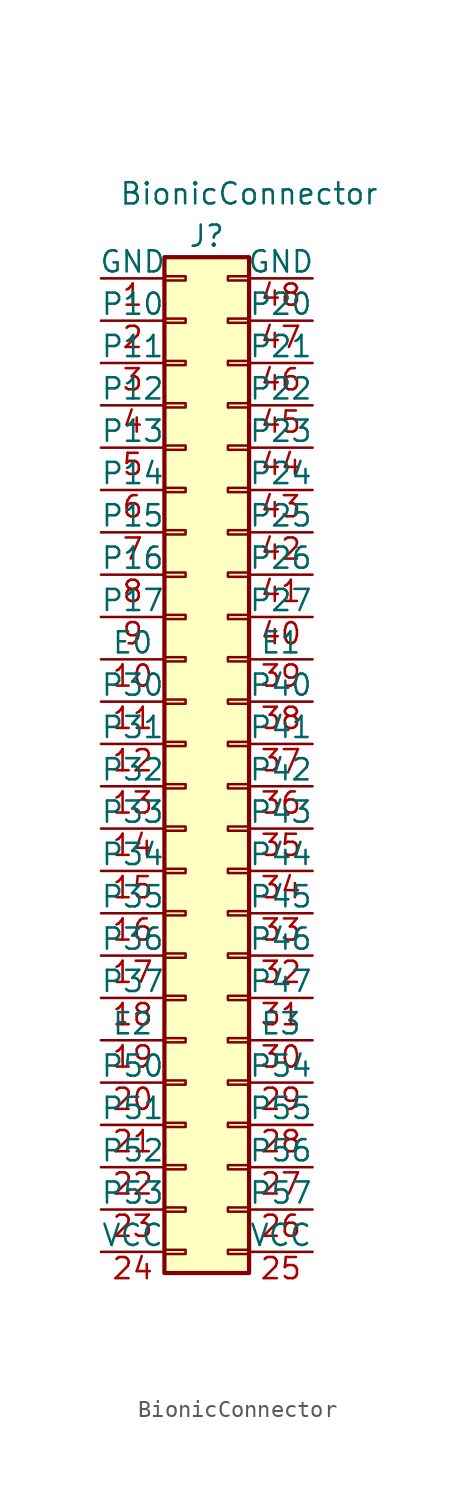
<source format=kicad_sym>
(kicad_symbol_lib
  (version 20211014)
  (generator kicad_symbol_editor)
  (symbol "BionicConnector"
    (pin_names
      (offset 0))
    (property "Reference" "J"
      (at 1.27 30.48 0)
      (effects (font (size 1.27 1.27))))
    (property "Value" "BionicConnector"
      (at 3.81 33.02 0)
      (effects (font (size 1.27 1.27))))
    (symbol "BionicConnector_1_1"
      (rectangle (start -1.27 -30.353) (end 0 -30.607) (stroke (width 0.152) (type default) (color 0 0 0 0)) (fill (type none)))
      (rectangle (start -1.27 -27.813) (end 0 -28.067) (stroke (width 0.152) (type default) (color 0 0 0 0)) (fill (type none)))
      (rectangle (start -1.27 -25.273) (end 0 -25.527) (stroke (width 0.152) (type default) (color 0 0 0 0)) (fill (type none)))
      (rectangle (start -1.27 -22.733) (end 0 -22.987) (stroke (width 0.152) (type default) (color 0 0 0 0)) (fill (type none)))
      (rectangle (start -1.27 -20.193) (end 0 -20.447) (stroke (width 0.152) (type default) (color 0 0 0 0)) (fill (type none)))
      (rectangle (start -1.27 -17.653) (end 0 -17.907) (stroke (width 0.152) (type default) (color 0 0 0 0)) (fill (type none)))
      (rectangle (start -1.27 -15.113) (end 0 -15.367) (stroke (width 0.152) (type default) (color 0 0 0 0)) (fill (type none)))
      (rectangle (start -1.27 -12.573) (end 0 -12.827) (stroke (width 0.152) (type default) (color 0 0 0 0)) (fill (type none)))
      (rectangle (start -1.27 -10.033) (end 0 -10.287) (stroke (width 0.152) (type default) (color 0 0 0 0)) (fill (type none)))
      (rectangle (start -1.27 -7.493) (end 0 -7.747) (stroke (width 0.152) (type default) (color 0 0 0 0)) (fill (type none)))
      (rectangle (start -1.27 -4.953) (end 0 -5.207) (stroke (width 0.152) (type default) (color 0 0 0 0)) (fill (type none)))
      (rectangle (start -1.27 -2.413) (end 0 -2.667) (stroke (width 0.152) (type default) (color 0 0 0 0)) (fill (type none)))
      (rectangle (start -1.27 0.127) (end 0 -0.127) (stroke (width 0.152) (type default) (color 0 0 0 0)) (fill (type none)))
      (rectangle (start -1.27 2.667) (end 0 2.413) (stroke (width 0.152) (type default) (color 0 0 0 0)) (fill (type none)))
      (rectangle (start -1.27 5.207) (end 0 4.953) (stroke (width 0.152) (type default) (color 0 0 0 0)) (fill (type none)))
      (rectangle (start -1.27 7.747) (end 0 7.493) (stroke (width 0.152) (type default) (color 0 0 0 0)) (fill (type none)))
      (rectangle (start -1.27 10.287) (end 0 10.033) (stroke (width 0.152) (type default) (color 0 0 0 0)) (fill (type none)))
      (rectangle (start -1.27 12.827) (end 0 12.573) (stroke (width 0.152) (type default) (color 0 0 0 0)) (fill (type none)))
      (rectangle (start -1.27 15.367) (end 0 15.113) (stroke (width 0.152) (type default) (color 0 0 0 0)) (fill (type none)))
      (rectangle (start -1.27 17.907) (end 0 17.653) (stroke (width 0.152) (type default) (color 0 0 0 0)) (fill (type none)))
      (rectangle (start -1.27 20.447) (end 0 20.193) (stroke (width 0.152) (type default) (color 0 0 0 0)) (fill (type none)))
      (rectangle (start -1.27 22.987) (end 0 22.733) (stroke (width 0.152) (type default) (color 0 0 0 0)) (fill (type none)))
      (rectangle (start -1.27 25.527) (end 0 25.273) (stroke (width 0.152) (type default) (color 0 0 0 0)) (fill (type none)))
      (rectangle (start -1.27 28.067) (end 0 27.813) (stroke (width 0.152) (type default) (color 0 0 0 0)) (fill (type none)))
      (rectangle (start -1.27 29.21) (end 3.81 -31.75) (stroke (width 0.254) (type default) (color 0 0 0 0)) (fill (type background)))
      (rectangle (start 3.81 -30.353) (end 2.54 -30.607) (stroke (width 0.152) (type default) (color 0 0 0 0)) (fill (type none)))
      (rectangle (start 3.81 -27.813) (end 2.54 -28.067) (stroke (width 0.152) (type default) (color 0 0 0 0)) (fill (type none)))
      (rectangle (start 3.81 -25.273) (end 2.54 -25.527) (stroke (width 0.152) (type default) (color 0 0 0 0)) (fill (type none)))
      (rectangle (start 3.81 -22.733) (end 2.54 -22.987) (stroke (width 0.152) (type default) (color 0 0 0 0)) (fill (type none)))
      (rectangle (start 3.81 -20.193) (end 2.54 -20.447) (stroke (width 0.152) (type default) (color 0 0 0 0)) (fill (type none)))
      (rectangle (start 3.81 -17.653) (end 2.54 -17.907) (stroke (width 0.152) (type default) (color 0 0 0 0)) (fill (type none)))
      (rectangle (start 3.81 -15.113) (end 2.54 -15.367) (stroke (width 0.152) (type default) (color 0 0 0 0)) (fill (type none)))
      (rectangle (start 3.81 -12.573) (end 2.54 -12.827) (stroke (width 0.152) (type default) (color 0 0 0 0)) (fill (type none)))
      (rectangle (start 3.81 -10.033) (end 2.54 -10.287) (stroke (width 0.152) (type default) (color 0 0 0 0)) (fill (type none)))
      (rectangle (start 3.81 -7.493) (end 2.54 -7.747) (stroke (width 0.152) (type default) (color 0 0 0 0)) (fill (type none)))
      (rectangle (start 3.81 -4.953) (end 2.54 -5.207) (stroke (width 0.152) (type default) (color 0 0 0 0)) (fill (type none)))
      (rectangle (start 3.81 -2.413) (end 2.54 -2.667) (stroke (width 0.152) (type default) (color 0 0 0 0)) (fill (type none)))
      (rectangle (start 3.81 0.127) (end 2.54 -0.127) (stroke (width 0.152) (type default) (color 0 0 0 0)) (fill (type none)))
      (rectangle (start 3.81 2.667) (end 2.54 2.413) (stroke (width 0.152) (type default) (color 0 0 0 0)) (fill (type none)))
      (rectangle (start 3.81 5.207) (end 2.54 4.953) (stroke (width 0.152) (type default) (color 0 0 0 0)) (fill (type none)))
      (rectangle (start 3.81 7.747) (end 2.54 7.493) (stroke (width 0.152) (type default) (color 0 0 0 0)) (fill (type none)))
      (rectangle (start 3.81 10.287) (end 2.54 10.033) (stroke (width 0.152) (type default) (color 0 0 0 0)) (fill (type none)))
      (rectangle (start 3.81 12.827) (end 2.54 12.573) (stroke (width 0.152) (type default) (color 0 0 0 0)) (fill (type none)))
      (rectangle (start 3.81 15.367) (end 2.54 15.113) (stroke (width 0.152) (type default) (color 0 0 0 0)) (fill (type none)))
      (rectangle (start 3.81 17.907) (end 2.54 17.653) (stroke (width 0.152) (type default) (color 0 0 0 0)) (fill (type none)))
      (rectangle (start 3.81 20.447) (end 2.54 20.193) (stroke (width 0.152) (type default) (color 0 0 0 0)) (fill (type none)))
      (rectangle (start 3.81 22.987) (end 2.54 22.733) (stroke (width 0.152) (type default) (color 0 0 0 0)) (fill (type none)))
      (rectangle (start 3.81 25.527) (end 2.54 25.273) (stroke (width 0.152) (type default) (color 0 0 0 0)) (fill (type none)))
      (rectangle (start 3.81 28.067) (end 2.54 27.813) (stroke (width 0.152) (type default) (color 0 0 0 0)) (fill (type none)))
      (pin power_out line (at -5.08 27.94 0) (length 3.81) (name "GND" (effects (font (size 1.27 1.27)))) (number "1" (effects (font (size 1.27 1.27)))))
      (pin bidirectional line (at -5.08 5.08 0) (length 3.81) (name "E0" (effects (font (size 1.27 1.27)))) (number "10" (effects (font (size 1.27 1.27)))))
      (pin bidirectional line (at -5.08 2.54 0) (length 3.81) (name "P30" (effects (font (size 1.27 1.27)))) (number "11" (effects (font (size 1.27 1.27)))))
      (pin bidirectional line (at -5.08 0 0) (length 3.81) (name "P31" (effects (font (size 1.27 1.27)))) (number "12" (effects (font (size 1.27 1.27)))))
      (pin bidirectional line (at -5.08 -2.54 0) (length 3.81) (name "P32" (effects (font (size 1.27 1.27)))) (number "13" (effects (font (size 1.27 1.27)))))
      (pin bidirectional line (at -5.08 -5.08 0) (length 3.81) (name "P33" (effects (font (size 1.27 1.27)))) (number "14" (effects (font (size 1.27 1.27)))))
      (pin bidirectional line (at -5.08 -7.62 0) (length 3.81) (name "P34" (effects (font (size 1.27 1.27)))) (number "15" (effects (font (size 1.27 1.27)))))
      (pin bidirectional line (at -5.08 -10.16 0) (length 3.81) (name "P35" (effects (font (size 1.27 1.27)))) (number "16" (effects (font (size 1.27 1.27)))))
      (pin bidirectional line (at -5.08 -12.7 0) (length 3.81) (name "P36" (effects (font (size 1.27 1.27)))) (number "17" (effects (font (size 1.27 1.27)))))
      (pin bidirectional line (at -5.08 -15.24 0) (length 3.81) (name "P37" (effects (font (size 1.27 1.27)))) (number "18" (effects (font (size 1.27 1.27)))))
      (pin bidirectional line (at -5.08 -17.78 0) (length 3.81) (name "E2" (effects (font (size 1.27 1.27)))) (number "19" (effects (font (size 1.27 1.27)))))
      (pin bidirectional line (at -5.08 25.4 0) (length 3.81) (name "P10" (effects (font (size 1.27 1.27)))) (number "2" (effects (font (size 1.27 1.27)))))
      (pin bidirectional line (at -5.08 -20.32 0) (length 3.81) (name "P50" (effects (font (size 1.27 1.27)))) (number "20" (effects (font (size 1.27 1.27)))))
      (pin bidirectional line (at -5.08 -22.86 0) (length 3.81) (name "P51" (effects (font (size 1.27 1.27)))) (number "21" (effects (font (size 1.27 1.27)))))
      (pin bidirectional line (at -5.08 -25.4 0) (length 3.81) (name "P52" (effects (font (size 1.27 1.27)))) (number "22" (effects (font (size 1.27 1.27)))))
      (pin bidirectional line (at -5.08 -27.94 0) (length 3.81) (name "P53" (effects (font (size 1.27 1.27)))) (number "23" (effects (font (size 1.27 1.27)))))
      (pin power_out line (at -5.08 -30.48 0) (length 3.81) (name "VCC" (effects (font (size 1.27 1.27)))) (number "24" (effects (font (size 1.27 1.27)))))
      (pin power_in line (at 7.62 -30.48 180) (length 3.81) (name "VCC" (effects (font (size 1.27 1.27)))) (number "25" (effects (font (size 1.27 1.27)))))
      (pin bidirectional line (at 7.62 -27.94 180) (length 3.81) (name "P57" (effects (font (size 1.27 1.27)))) (number "26" (effects (font (size 1.27 1.27)))))
      (pin bidirectional line (at 7.62 -25.4 180) (length 3.81) (name "P56" (effects (font (size 1.27 1.27)))) (number "27" (effects (font (size 1.27 1.27)))))
      (pin bidirectional line (at 7.62 -22.86 180) (length 3.81) (name "P55" (effects (font (size 1.27 1.27)))) (number "28" (effects (font (size 1.27 1.27)))))
      (pin bidirectional line (at 7.62 -20.32 180) (length 3.81) (name "P54" (effects (font (size 1.27 1.27)))) (number "29" (effects (font (size 1.27 1.27)))))
      (pin bidirectional line (at -5.08 22.86 0) (length 3.81) (name "P11" (effects (font (size 1.27 1.27)))) (number "3" (effects (font (size 1.27 1.27)))))
      (pin bidirectional line (at 7.62 -17.78 180) (length 3.81) (name "E3" (effects (font (size 1.27 1.27)))) (number "30" (effects (font (size 1.27 1.27)))))
      (pin bidirectional line (at 7.62 -15.24 180) (length 3.81) (name "P47" (effects (font (size 1.27 1.27)))) (number "31" (effects (font (size 1.27 1.27)))))
      (pin bidirectional line (at 7.62 -12.7 180) (length 3.81) (name "P46" (effects (font (size 1.27 1.27)))) (number "32" (effects (font (size 1.27 1.27)))))
      (pin bidirectional line (at 7.62 -10.16 180) (length 3.81) (name "P45" (effects (font (size 1.27 1.27)))) (number "33" (effects (font (size 1.27 1.27)))))
      (pin bidirectional line (at 7.62 -7.62 180) (length 3.81) (name "P44" (effects (font (size 1.27 1.27)))) (number "34" (effects (font (size 1.27 1.27)))))
      (pin bidirectional line (at 7.62 -5.08 180) (length 3.81) (name "P43" (effects (font (size 1.27 1.27)))) (number "35" (effects (font (size 1.27 1.27)))))
      (pin bidirectional line (at 7.62 -2.54 180) (length 3.81) (name "P42" (effects (font (size 1.27 1.27)))) (number "36" (effects (font (size 1.27 1.27)))))
      (pin bidirectional line (at 7.62 0 180) (length 3.81) (name "P41" (effects (font (size 1.27 1.27)))) (number "37" (effects (font (size 1.27 1.27)))))
      (pin bidirectional line (at 7.62 2.54 180) (length 3.81) (name "P40" (effects (font (size 1.27 1.27)))) (number "38" (effects (font (size 1.27 1.27)))))
      (pin bidirectional line (at 7.62 5.08 180) (length 3.81) (name "E1" (effects (font (size 1.27 1.27)))) (number "39" (effects (font (size 1.27 1.27)))))
      (pin bidirectional line (at -5.08 20.32 0) (length 3.81) (name "P12" (effects (font (size 1.27 1.27)))) (number "4" (effects (font (size 1.27 1.27)))))
      (pin bidirectional line (at 7.62 7.62 180) (length 3.81) (name "P27" (effects (font (size 1.27 1.27)))) (number "40" (effects (font (size 1.27 1.27)))))
      (pin bidirectional line (at 7.62 10.16 180) (length 3.81) (name "P26" (effects (font (size 1.27 1.27)))) (number "41" (effects (font (size 1.27 1.27)))))
      (pin bidirectional line (at 7.62 12.7 180) (length 3.81) (name "P25" (effects (font (size 1.27 1.27)))) (number "42" (effects (font (size 1.27 1.27)))))
      (pin bidirectional line (at 7.62 15.24 180) (length 3.81) (name "P24" (effects (font (size 1.27 1.27)))) (number "43" (effects (font (size 1.27 1.27)))))
      (pin bidirectional line (at 7.62 17.78 180) (length 3.81) (name "P23" (effects (font (size 1.27 1.27)))) (number "44" (effects (font (size 1.27 1.27)))))
      (pin bidirectional line (at 7.62 20.32 180) (length 3.81) (name "P22" (effects (font (size 1.27 1.27)))) (number "45" (effects (font (size 1.27 1.27)))))
      (pin bidirectional line (at 7.62 22.86 180) (length 3.81) (name "P21" (effects (font (size 1.27 1.27)))) (number "46" (effects (font (size 1.27 1.27)))))
      (pin bidirectional line (at 7.62 25.4 180) (length 3.81) (name "P20" (effects (font (size 1.27 1.27)))) (number "47" (effects (font (size 1.27 1.27)))))
      (pin power_in line (at 7.62 27.94 180) (length 3.81) (name "GND" (effects (font (size 1.27 1.27)))) (number "48" (effects (font (size 1.27 1.27)))))
      (pin bidirectional line (at -5.08 17.78 0) (length 3.81) (name "P13" (effects (font (size 1.27 1.27)))) (number "5" (effects (font (size 1.27 1.27)))))
      (pin bidirectional line (at -5.08 15.24 0) (length 3.81) (name "P14" (effects (font (size 1.27 1.27)))) (number "6" (effects (font (size 1.27 1.27)))))
      (pin bidirectional line (at -5.08 12.7 0) (length 3.81) (name "P15" (effects (font (size 1.27 1.27)))) (number "7" (effects (font (size 1.27 1.27)))))
      (pin bidirectional line (at -5.08 10.16 0) (length 3.81) (name "P16" (effects (font (size 1.27 1.27)))) (number "8" (effects (font (size 1.27 1.27)))))
      (pin bidirectional line (at -5.08 7.62 0) (length 3.81) (name "P17" (effects (font (size 1.27 1.27)))) (number "9" (effects (font (size 1.27 1.27))))))))
</source>
